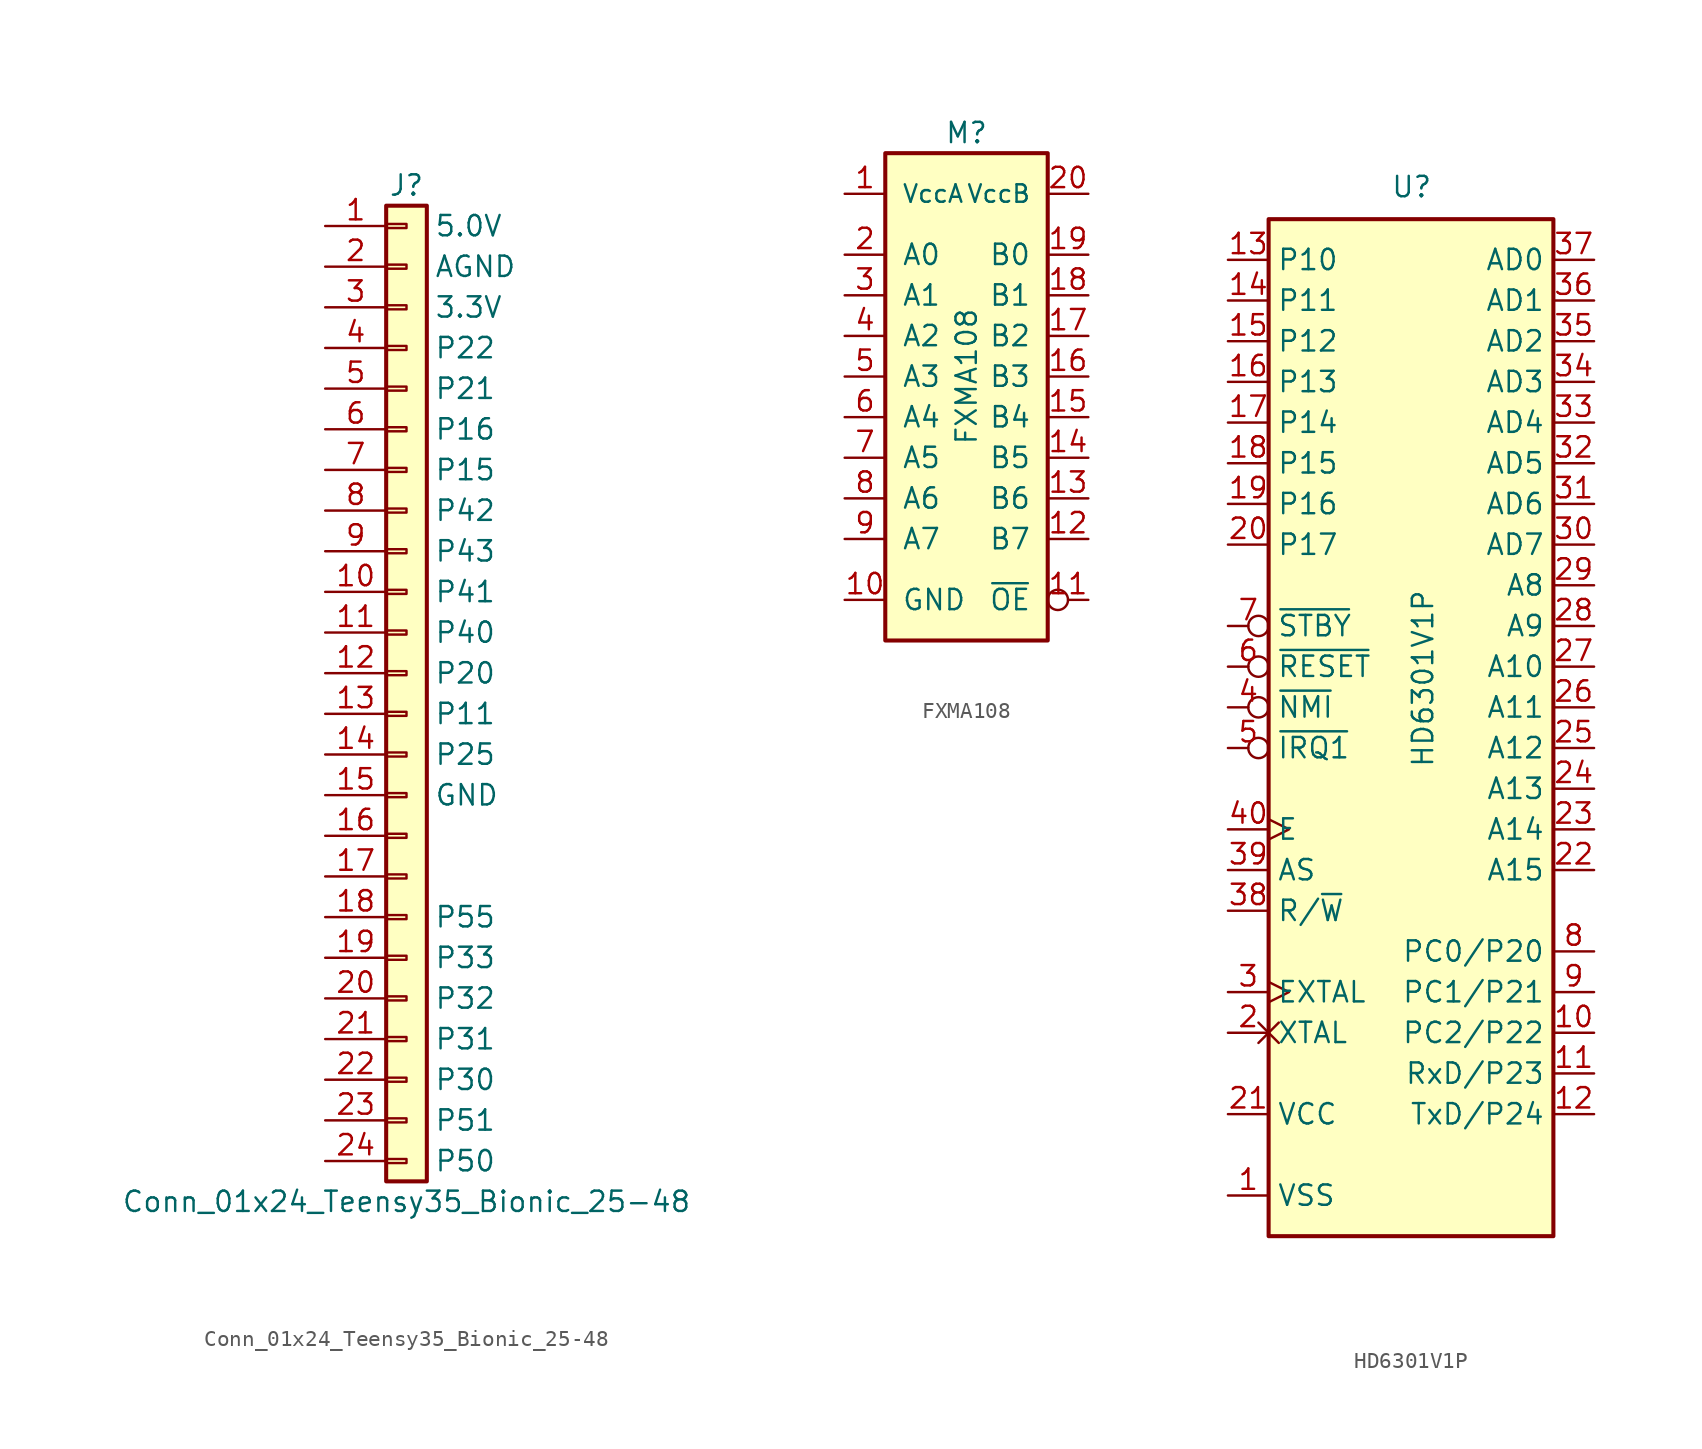
<source format=kicad_sym>
(kicad_symbol_lib
  (version 20211014)
  (generator kicad_symbol_editor)
  (symbol "Conn_01x24_Teensy35_Bionic_25-48"
    (pin_names
      (offset 2.997))
    (property "Reference" "J"
      (at 0 30.48 0)
      (effects (font (size 1.27 1.27))))
    (property "Value" "Conn_01x24_Teensy35_Bionic_25-48"
      (at 0 -33.02 0)
      (effects (font (size 1.27 1.27))))
    (symbol "Conn_01x24_Teensy35_Bionic_25-48_1_1"
      (rectangle (start -1.27 -30.353) (end 0 -30.607) (stroke (width 0.152) (type default) (color 0 0 0 0)) (fill (type none)))
      (rectangle (start -1.27 -27.813) (end 0 -28.067) (stroke (width 0.152) (type default) (color 0 0 0 0)) (fill (type none)))
      (rectangle (start -1.27 -25.273) (end 0 -25.527) (stroke (width 0.152) (type default) (color 0 0 0 0)) (fill (type none)))
      (rectangle (start -1.27 -22.733) (end 0 -22.987) (stroke (width 0.152) (type default) (color 0 0 0 0)) (fill (type none)))
      (rectangle (start -1.27 -20.193) (end 0 -20.447) (stroke (width 0.152) (type default) (color 0 0 0 0)) (fill (type none)))
      (rectangle (start -1.27 -17.653) (end 0 -17.907) (stroke (width 0.152) (type default) (color 0 0 0 0)) (fill (type none)))
      (rectangle (start -1.27 -15.113) (end 0 -15.367) (stroke (width 0.152) (type default) (color 0 0 0 0)) (fill (type none)))
      (rectangle (start -1.27 -12.573) (end 0 -12.827) (stroke (width 0.152) (type default) (color 0 0 0 0)) (fill (type none)))
      (rectangle (start -1.27 -10.033) (end 0 -10.287) (stroke (width 0.152) (type default) (color 0 0 0 0)) (fill (type none)))
      (rectangle (start -1.27 -7.493) (end 0 -7.747) (stroke (width 0.152) (type default) (color 0 0 0 0)) (fill (type none)))
      (rectangle (start -1.27 -4.953) (end 0 -5.207) (stroke (width 0.152) (type default) (color 0 0 0 0)) (fill (type none)))
      (rectangle (start -1.27 -2.413) (end 0 -2.667) (stroke (width 0.152) (type default) (color 0 0 0 0)) (fill (type none)))
      (rectangle (start -1.27 0.127) (end 0 -0.127) (stroke (width 0.152) (type default) (color 0 0 0 0)) (fill (type none)))
      (rectangle (start -1.27 2.667) (end 0 2.413) (stroke (width 0.152) (type default) (color 0 0 0 0)) (fill (type none)))
      (rectangle (start -1.27 5.207) (end 0 4.953) (stroke (width 0.152) (type default) (color 0 0 0 0)) (fill (type none)))
      (rectangle (start -1.27 7.747) (end 0 7.493) (stroke (width 0.152) (type default) (color 0 0 0 0)) (fill (type none)))
      (rectangle (start -1.27 10.287) (end 0 10.033) (stroke (width 0.152) (type default) (color 0 0 0 0)) (fill (type none)))
      (rectangle (start -1.27 12.827) (end 0 12.573) (stroke (width 0.152) (type default) (color 0 0 0 0)) (fill (type none)))
      (rectangle (start -1.27 15.367) (end 0 15.113) (stroke (width 0.152) (type default) (color 0 0 0 0)) (fill (type none)))
      (rectangle (start -1.27 17.907) (end 0 17.653) (stroke (width 0.152) (type default) (color 0 0 0 0)) (fill (type none)))
      (rectangle (start -1.27 20.447) (end 0 20.193) (stroke (width 0.152) (type default) (color 0 0 0 0)) (fill (type none)))
      (rectangle (start -1.27 22.987) (end 0 22.733) (stroke (width 0.152) (type default) (color 0 0 0 0)) (fill (type none)))
      (rectangle (start -1.27 25.527) (end 0 25.273) (stroke (width 0.152) (type default) (color 0 0 0 0)) (fill (type none)))
      (rectangle (start -1.27 28.067) (end 0 27.813) (stroke (width 0.152) (type default) (color 0 0 0 0)) (fill (type none)))
      (rectangle (start -1.27 29.21) (end 1.27 -31.75) (stroke (width 0.254) (type default) (color 0 0 0 0)) (fill (type background)))
      (pin passive line (at -5.08 27.94 0) (length 3.81) (name "5.0V" (effects (font (size 1.27 1.27)))) (number "1" (effects (font (size 1.27 1.27)))))
      (pin passive line (at -5.08 5.08 0) (length 3.81) (name "P41" (effects (font (size 1.27 1.27)))) (number "10" (effects (font (size 1.27 1.27)))))
      (pin passive line (at -5.08 2.54 0) (length 3.81) (name "P40" (effects (font (size 1.27 1.27)))) (number "11" (effects (font (size 1.27 1.27)))))
      (pin passive line (at -5.08 0 0) (length 3.81) (name "P20" (effects (font (size 1.27 1.27)))) (number "12" (effects (font (size 1.27 1.27)))))
      (pin passive line (at -5.08 -2.54 0) (length 3.81) (name "P11" (effects (font (size 1.27 1.27)))) (number "13" (effects (font (size 1.27 1.27)))))
      (pin passive line (at -5.08 -5.08 0) (length 3.81) (name "P25" (effects (font (size 1.27 1.27)))) (number "14" (effects (font (size 1.27 1.27)))))
      (pin passive line (at -5.08 -7.62 0) (length 3.81) (name "GND" (effects (font (size 1.27 1.27)))) (number "15" (effects (font (size 1.27 1.27)))))
      (pin passive line (at -5.08 -10.16 0) (length 3.81) (name "~" (effects (font (size 1.27 1.27)))) (number "16" (effects (font (size 1.27 1.27)))))
      (pin passive line (at -5.08 -12.7 0) (length 3.81) (name "~" (effects (font (size 1.27 1.27)))) (number "17" (effects (font (size 1.27 1.27)))))
      (pin passive line (at -5.08 -15.24 0) (length 3.81) (name "P55" (effects (font (size 1.27 1.27)))) (number "18" (effects (font (size 1.27 1.27)))))
      (pin passive line (at -5.08 -17.78 0) (length 3.81) (name "P33" (effects (font (size 1.27 1.27)))) (number "19" (effects (font (size 1.27 1.27)))))
      (pin passive line (at -5.08 25.4 0) (length 3.81) (name "AGND" (effects (font (size 1.27 1.27)))) (number "2" (effects (font (size 1.27 1.27)))))
      (pin passive line (at -5.08 -20.32 0) (length 3.81) (name "P32" (effects (font (size 1.27 1.27)))) (number "20" (effects (font (size 1.27 1.27)))))
      (pin passive line (at -5.08 -22.86 0) (length 3.81) (name "P31" (effects (font (size 1.27 1.27)))) (number "21" (effects (font (size 1.27 1.27)))))
      (pin passive line (at -5.08 -25.4 0) (length 3.81) (name "P30" (effects (font (size 1.27 1.27)))) (number "22" (effects (font (size 1.27 1.27)))))
      (pin passive line (at -5.08 -27.94 0) (length 3.81) (name "P51" (effects (font (size 1.27 1.27)))) (number "23" (effects (font (size 1.27 1.27)))))
      (pin passive line (at -5.08 -30.48 0) (length 3.81) (name "P50" (effects (font (size 1.27 1.27)))) (number "24" (effects (font (size 1.27 1.27)))))
      (pin passive line (at -5.08 22.86 0) (length 3.81) (name "3.3V" (effects (font (size 1.27 1.27)))) (number "3" (effects (font (size 1.27 1.27)))))
      (pin passive line (at -5.08 20.32 0) (length 3.81) (name "P22" (effects (font (size 1.27 1.27)))) (number "4" (effects (font (size 1.27 1.27)))))
      (pin passive line (at -5.08 17.78 0) (length 3.81) (name "P21" (effects (font (size 1.27 1.27)))) (number "5" (effects (font (size 1.27 1.27)))))
      (pin passive line (at -5.08 15.24 0) (length 3.81) (name "P16" (effects (font (size 1.27 1.27)))) (number "6" (effects (font (size 1.27 1.27)))))
      (pin passive line (at -5.08 12.7 0) (length 3.81) (name "P15" (effects (font (size 1.27 1.27)))) (number "7" (effects (font (size 1.27 1.27)))))
      (pin passive line (at -5.08 10.16 0) (length 3.81) (name "P42" (effects (font (size 1.27 1.27)))) (number "8" (effects (font (size 1.27 1.27)))))
      (pin passive line (at -5.08 7.62 0) (length 3.81) (name "P43" (effects (font (size 1.27 1.27)))) (number "9" (effects (font (size 1.27 1.27)))))))
  (symbol "FXMA108"
    (pin_names
      (offset 1.016))
    (property "Reference" "M"
      (at 0 15.24 0)
      (effects (font (size 1.27 1.27))))
    (property "Value" "FXMA108"
      (at 0 0 90)
      (effects (font (size 1.27 1.27))))
    (symbol "FXMA108_1_0"
      (pin power_in line (at -7.62 -13.97 0) (length 2.54) (name "GND" (effects (font (size 1.27 1.27)))) (number "10" (effects (font (size 1.27 1.27)))))
      (pin input inverted (at 7.62 -13.97 180) (length 2.54) (name "~{OE}" (effects (font (size 1.27 1.27)))) (number "11" (effects (font (size 1.27 1.27)))))
      (pin output line (at 7.62 -10.16 180) (length 2.54) (name "B7" (effects (font (size 1.27 1.27)))) (number "12" (effects (font (size 1.27 1.27)))))
      (pin output line (at 7.62 -7.62 180) (length 2.54) (name "B6" (effects (font (size 1.27 1.27)))) (number "13" (effects (font (size 1.27 1.27)))))
      (pin output line (at 7.62 -5.08 180) (length 2.54) (name "B5" (effects (font (size 1.27 1.27)))) (number "14" (effects (font (size 1.27 1.27)))))
      (pin output line (at 7.62 -2.54 180) (length 2.54) (name "B4" (effects (font (size 1.27 1.27)))) (number "15" (effects (font (size 1.27 1.27)))))
      (pin output line (at 7.62 0 180) (length 2.54) (name "B3" (effects (font (size 1.27 1.27)))) (number "16" (effects (font (size 1.27 1.27)))))
      (pin output line (at 7.62 2.54 180) (length 2.54) (name "B2" (effects (font (size 1.27 1.27)))) (number "17" (effects (font (size 1.27 1.27)))))
      (pin output line (at 7.62 5.08 180) (length 2.54) (name "B1" (effects (font (size 1.27 1.27)))) (number "18" (effects (font (size 1.27 1.27)))))
      (pin output line (at 7.62 7.62 180) (length 2.54) (name "B0" (effects (font (size 1.27 1.27)))) (number "19" (effects (font (size 1.27 1.27)))))
      (pin input line (at -7.62 7.62 0) (length 2.54) (name "A0" (effects (font (size 1.27 1.27)))) (number "2" (effects (font (size 1.27 1.27)))))
      (pin power_in line (at 7.62 11.43 180) (length 2.54) (name "VccB" (effects (font (size 1.092 1.092)))) (number "20" (effects (font (size 1.27 1.27)))))
      (pin input line (at -7.62 5.08 0) (length 2.54) (name "A1" (effects (font (size 1.27 1.27)))) (number "3" (effects (font (size 1.27 1.27)))))
      (pin input line (at -7.62 2.54 0) (length 2.54) (name "A2" (effects (font (size 1.27 1.27)))) (number "4" (effects (font (size 1.27 1.27)))))
      (pin input line (at -7.62 0 0) (length 2.54) (name "A3" (effects (font (size 1.27 1.27)))) (number "5" (effects (font (size 1.27 1.27)))))
      (pin input line (at -7.62 -2.54 0) (length 2.54) (name "A4" (effects (font (size 1.27 1.27)))) (number "6" (effects (font (size 1.27 1.27)))))
      (pin input line (at -7.62 -5.08 0) (length 2.54) (name "A5" (effects (font (size 1.27 1.27)))) (number "7" (effects (font (size 1.27 1.27)))))
      (pin input line (at -7.62 -7.62 0) (length 2.54) (name "A6" (effects (font (size 1.27 1.27)))) (number "8" (effects (font (size 1.27 1.27)))))
      (pin input line (at -7.62 -10.16 0) (length 2.54) (name "A7" (effects (font (size 1.27 1.27)))) (number "9" (effects (font (size 1.27 1.27))))))
    (symbol "FXMA108_1_1"
      (rectangle (start -5.08 13.97) (end 5.08 -16.51) (stroke (width 0.254) (type default) (color 0 0 0 0)) (fill (type background)))
      (pin power_in line (at -7.62 11.43 0) (length 2.54) (name "VccA" (effects (font (size 1.092 1.092)))) (number "1" (effects (font (size 1.27 1.27)))))))
  (symbol "HD6301V1P"
    (property "Reference" "U"
      (at -1.27 31.75 0)
      (effects (font (size 1.27 1.27)) (justify left bottom)))
    (property "Value" "HD6301V1P"
      (at 0 -3.81 90)
      (effects (font (size 1.27 1.27)) (justify left top)))
    (symbol "HD6301V1P_0_1"
      (rectangle (start -8.89 -33.02) (end 8.89 30.48) (stroke (width 0.254) (type default) (color 0 0 0 0)) (fill (type background))))
    (symbol "HD6301V1P_1_1"
      (pin power_in line (at -11.43 -30.48 0) (length 2.54) (name "VSS" (effects (font (size 1.27 1.27)))) (number "1" (effects (font (size 1.27 1.27)))))
      (pin bidirectional line (at 11.43 -20.32 180) (length 2.54) (name "PC2/P22" (effects (font (size 1.27 1.27)))) (number "10" (effects (font (size 1.27 1.27)))))
      (pin input line (at 11.43 -22.86 180) (length 2.54) (name "RxD/P23" (effects (font (size 1.27 1.27)))) (number "11" (effects (font (size 1.27 1.27)))))
      (pin output line (at 11.43 -25.4 180) (length 2.54) (name "TxD/P24" (effects (font (size 1.27 1.27)))) (number "12" (effects (font (size 1.27 1.27)))))
      (pin bidirectional line (at -11.43 27.94 0) (length 2.54) (name "P10" (effects (font (size 1.27 1.27)))) (number "13" (effects (font (size 1.27 1.27)))))
      (pin bidirectional line (at -11.43 25.4 0) (length 2.54) (name "P11" (effects (font (size 1.27 1.27)))) (number "14" (effects (font (size 1.27 1.27)))))
      (pin bidirectional line (at -11.43 22.86 0) (length 2.54) (name "P12" (effects (font (size 1.27 1.27)))) (number "15" (effects (font (size 1.27 1.27)))))
      (pin bidirectional line (at -11.43 20.32 0) (length 2.54) (name "P13" (effects (font (size 1.27 1.27)))) (number "16" (effects (font (size 1.27 1.27)))))
      (pin bidirectional line (at -11.43 17.78 0) (length 2.54) (name "P14" (effects (font (size 1.27 1.27)))) (number "17" (effects (font (size 1.27 1.27)))))
      (pin bidirectional line (at -11.43 15.24 0) (length 2.54) (name "P15" (effects (font (size 1.27 1.27)))) (number "18" (effects (font (size 1.27 1.27)))))
      (pin bidirectional line (at -11.43 12.7 0) (length 2.54) (name "P16" (effects (font (size 1.27 1.27)))) (number "19" (effects (font (size 1.27 1.27)))))
      (pin input non_logic (at -11.43 -20.32 0) (length 2.54) (name "XTAL" (effects (font (size 1.27 1.27)))) (number "2" (effects (font (size 1.27 1.27)))))
      (pin bidirectional line (at -11.43 10.16 0) (length 2.54) (name "P17" (effects (font (size 1.27 1.27)))) (number "20" (effects (font (size 1.27 1.27)))))
      (pin power_in line (at -11.43 -25.4 0) (length 2.54) (name "VCC" (effects (font (size 1.27 1.27)))) (number "21" (effects (font (size 1.27 1.27)))))
      (pin output line (at 11.43 -10.16 180) (length 2.54) (name "A15" (effects (font (size 1.27 1.27)))) (number "22" (effects (font (size 1.27 1.27)))))
      (pin output line (at 11.43 -7.62 180) (length 2.54) (name "A14" (effects (font (size 1.27 1.27)))) (number "23" (effects (font (size 1.27 1.27)))))
      (pin output line (at 11.43 -5.08 180) (length 2.54) (name "A13" (effects (font (size 1.27 1.27)))) (number "24" (effects (font (size 1.27 1.27)))))
      (pin output line (at 11.43 -2.54 180) (length 2.54) (name "A12" (effects (font (size 1.27 1.27)))) (number "25" (effects (font (size 1.27 1.27)))))
      (pin output line (at 11.43 0 180) (length 2.54) (name "A11" (effects (font (size 1.27 1.27)))) (number "26" (effects (font (size 1.27 1.27)))))
      (pin output line (at 11.43 2.54 180) (length 2.54) (name "A10" (effects (font (size 1.27 1.27)))) (number "27" (effects (font (size 1.27 1.27)))))
      (pin output line (at 11.43 5.08 180) (length 2.54) (name "A9" (effects (font (size 1.27 1.27)))) (number "28" (effects (font (size 1.27 1.27)))))
      (pin output line (at 11.43 7.62 180) (length 2.54) (name "A8" (effects (font (size 1.27 1.27)))) (number "29" (effects (font (size 1.27 1.27)))))
      (pin input clock (at -11.43 -17.78 0) (length 2.54) (name "EXTAL" (effects (font (size 1.27 1.27)))) (number "3" (effects (font (size 1.27 1.27)))))
      (pin bidirectional line (at 11.43 10.16 180) (length 2.54) (name "AD7" (effects (font (size 1.27 1.27)))) (number "30" (effects (font (size 1.27 1.27)))))
      (pin bidirectional line (at 11.43 12.7 180) (length 2.54) (name "AD6" (effects (font (size 1.27 1.27)))) (number "31" (effects (font (size 1.27 1.27)))))
      (pin bidirectional line (at 11.43 15.24 180) (length 2.54) (name "AD5" (effects (font (size 1.27 1.27)))) (number "32" (effects (font (size 1.27 1.27)))))
      (pin bidirectional line (at 11.43 17.78 180) (length 2.54) (name "AD4" (effects (font (size 1.27 1.27)))) (number "33" (effects (font (size 1.27 1.27)))))
      (pin bidirectional line (at 11.43 20.32 180) (length 2.54) (name "AD3" (effects (font (size 1.27 1.27)))) (number "34" (effects (font (size 1.27 1.27)))))
      (pin bidirectional line (at 11.43 22.86 180) (length 2.54) (name "AD2" (effects (font (size 1.27 1.27)))) (number "35" (effects (font (size 1.27 1.27)))))
      (pin bidirectional line (at 11.43 25.4 180) (length 2.54) (name "AD1" (effects (font (size 1.27 1.27)))) (number "36" (effects (font (size 1.27 1.27)))))
      (pin bidirectional line (at 11.43 27.94 180) (length 2.54) (name "AD0" (effects (font (size 1.27 1.27)))) (number "37" (effects (font (size 1.27 1.27)))))
      (pin output line (at -11.43 -12.7 0) (length 2.54) (name "R/~{W}" (effects (font (size 1.27 1.27)))) (number "38" (effects (font (size 1.27 1.27)))))
      (pin output line (at -11.43 -10.16 0) (length 2.54) (name "AS" (effects (font (size 1.27 1.27)))) (number "39" (effects (font (size 1.27 1.27)))))
      (pin input inverted (at -11.43 0 0) (length 2.54) (name "~{NMI}" (effects (font (size 1.27 1.27)))) (number "4" (effects (font (size 1.27 1.27)))))
      (pin output clock (at -11.43 -7.62 0) (length 2.54) (name "E" (effects (font (size 1.27 1.27)))) (number "40" (effects (font (size 1.27 1.27)))))
      (pin input inverted (at -11.43 -2.54 0) (length 2.54) (name "~{IRQ1}" (effects (font (size 1.27 1.27)))) (number "5" (effects (font (size 1.27 1.27)))))
      (pin input inverted (at -11.43 2.54 0) (length 2.54) (name "~{RESET}" (effects (font (size 1.27 1.27)))) (number "6" (effects (font (size 1.27 1.27)))))
      (pin input inverted (at -11.43 5.08 0) (length 2.54) (name "~{STBY}" (effects (font (size 1.27 1.27)))) (number "7" (effects (font (size 1.27 1.27)))))
      (pin bidirectional line (at 11.43 -15.24 180) (length 2.54) (name "PC0/P20" (effects (font (size 1.27 1.27)))) (number "8" (effects (font (size 1.27 1.27)))))
      (pin bidirectional line (at 11.43 -17.78 180) (length 2.54) (name "PC1/P21" (effects (font (size 1.27 1.27)))) (number "9" (effects (font (size 1.27 1.27))))))))
</source>
